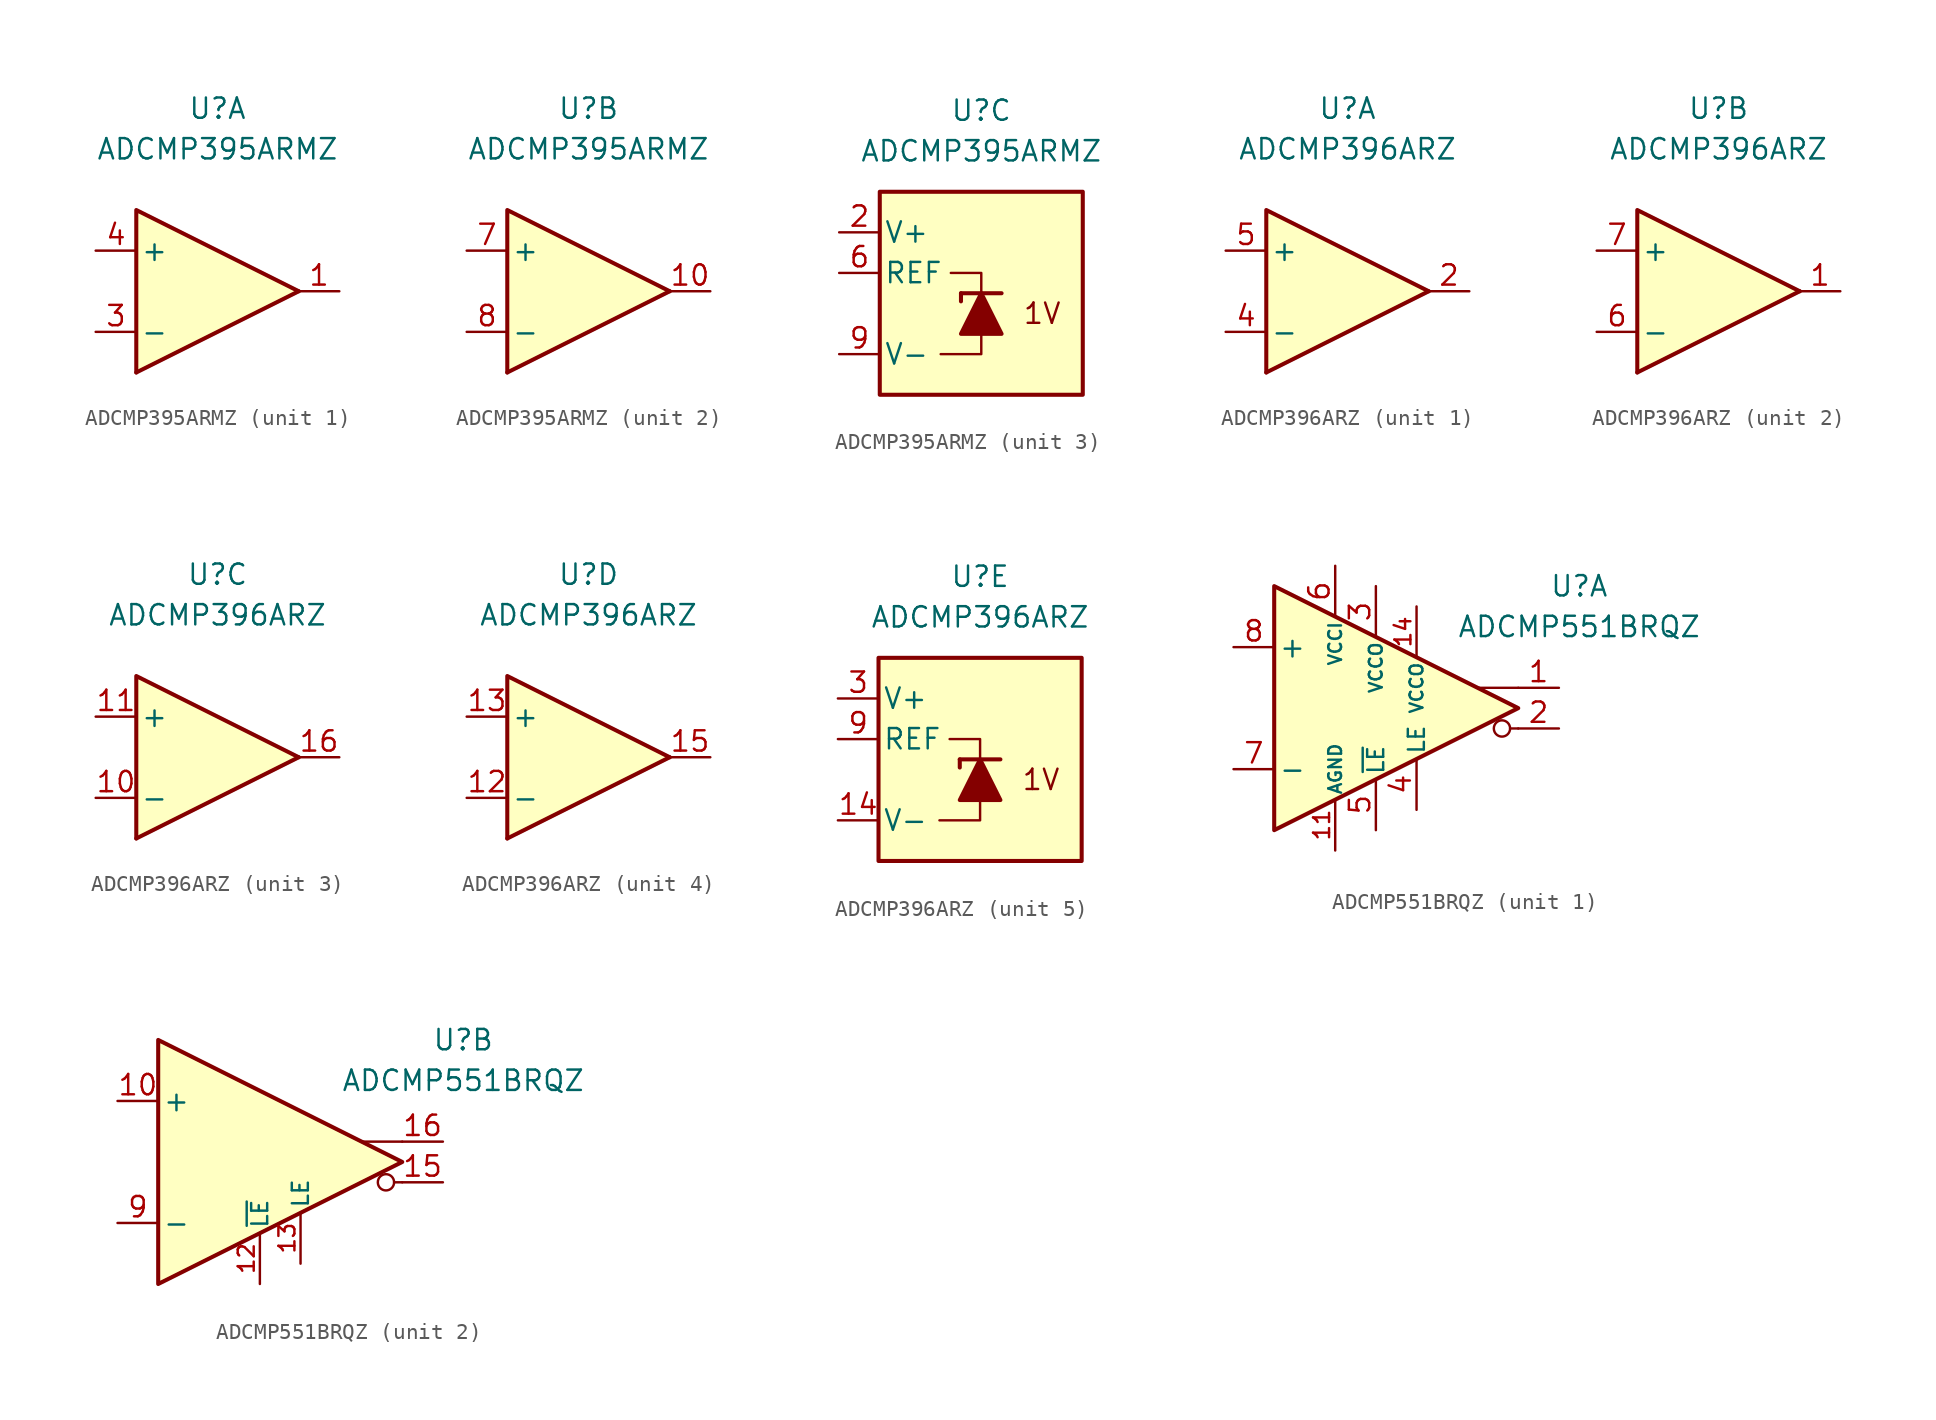
<source format=kicad_sym>
(kicad_symbol_lib
  (version 20211014)
  (generator kicad_symbol_editor)
  (symbol "ADCMP395ARMZ"
    (pin_names
      (offset 0.254))
    (property "Reference" "U"
      (at 0 11.43 0)
      (effects (font (size 1.27 1.27))))
    (property "Value" "ADCMP395ARMZ"
      (at 0 8.89 0)
      (effects (font (size 1.27 1.27))))
    (property "ki_locked" ""
      (at 0 0 0)
      (effects (font (size 1.27 1.27))))
    (symbol "ADCMP395ARMZ_1_0"
      (polyline (pts (xy 5.08 0) (xy -5.08 -5.08)) (stroke (width 0.254) (type default) (color 0 0 0 0)) (fill (type none)))
      (polyline (pts (xy 5.08 0) (xy -5.08 5.08) (xy -5.08 -5.08)) (stroke (width 0.254) (type default) (color 0 0 0 0)) (fill (type background))))
    (symbol "ADCMP395ARMZ_1_1"
      (pin output line (at 7.62 0 180) (length 2.54) (name "~" (effects (font (size 1.27 1.27)))) (number "1" (effects (font (size 1.27 1.27)))))
      (pin input line (at -7.62 -2.54 0) (length 2.54) (name "-" (effects (font (size 1.27 1.27)))) (number "3" (effects (font (size 1.27 1.27)))))
      (pin input line (at -7.62 2.54 0) (length 2.54) (name "+" (effects (font (size 1.27 1.27)))) (number "4" (effects (font (size 1.27 1.27)))))
      (pin no_connect line (at -2.54 0 0) (length 2.54) hide (name "NC" (effects (font (size 1.27 1.27)))) (number "5" (effects (font (size 1.27 1.27))))))
    (symbol "ADCMP395ARMZ_2_0"
      (polyline (pts (xy 5.08 0) (xy -5.08 -5.08)) (stroke (width 0.254) (type default) (color 0 0 0 0)) (fill (type none)))
      (polyline (pts (xy 5.08 0) (xy -5.08 5.08) (xy -5.08 -5.08)) (stroke (width 0.254) (type default) (color 0 0 0 0)) (fill (type background))))
    (symbol "ADCMP395ARMZ_2_1"
      (pin output line (at 7.62 0 180) (length 2.54) (name "~" (effects (font (size 1.27 1.27)))) (number "10" (effects (font (size 1.27 1.27)))))
      (pin input line (at -7.62 2.54 0) (length 2.54) (name "+" (effects (font (size 1.27 1.27)))) (number "7" (effects (font (size 1.27 1.27)))))
      (pin input line (at -7.62 -2.54 0) (length 2.54) (name "-" (effects (font (size 1.27 1.27)))) (number "8" (effects (font (size 1.27 1.27))))))
    (symbol "ADCMP395ARMZ_3_0"
      (rectangle (start -6.35 6.35) (end 6.35 -6.35) (stroke (width 0.254) (type default) (color 0 0 0 0)) (fill (type background)))
      (polyline (pts (xy 0 -2.54) (xy 0 -3.81) (xy -2.54 -3.81)) (stroke (width 0.152) (type default) (color 0 0 0 0)) (fill (type none)))
      (polyline (pts (xy 0 0) (xy 0 1.27) (xy -1.905 1.27)) (stroke (width 0.152) (type default) (color 0 0 0 0)) (fill (type none)))
      (text "1V" (at 3.81 -1.27 0) (effects (font (size 1.27 1.27)))))
    (symbol "ADCMP395ARMZ_3_1"
      (polyline (pts (xy -1.27 0) (xy -1.27 -0.508)) (stroke (width 0.254) (type default) (color 0 0 0 0)) (fill (type none)))
      (polyline (pts (xy -1.27 0) (xy 1.27 0)) (stroke (width 0.254) (type default) (color 0 0 0 0)) (fill (type none)))
      (polyline (pts (xy 1.27 -2.54) (xy -1.27 -2.54) (xy 0 0) (xy 1.27 -2.54)) (stroke (width 0.254) (type default) (color 0 0 0 0)) (fill (type outline)))
      (pin power_in line (at -8.89 3.81 0) (length 2.54) (name "V+" (effects (font (size 1.27 1.27)))) (number "2" (effects (font (size 1.27 1.27)))))
      (pin output line (at -8.89 1.27 0) (length 2.54) (name "REF" (effects (font (size 1.27 1.27)))) (number "6" (effects (font (size 1.27 1.27)))))
      (pin power_in line (at -8.89 -3.81 0) (length 2.54) (name "V-" (effects (font (size 1.27 1.27)))) (number "9" (effects (font (size 1.27 1.27)))))))
  (symbol "ADCMP396ARZ"
    (pin_names
      (offset 0.254))
    (property "Reference" "U"
      (at 0 11.43 0)
      (effects (font (size 1.27 1.27))))
    (property "Value" "ADCMP396ARZ"
      (at 0 8.89 0)
      (effects (font (size 1.27 1.27))))
    (property "ki_locked" ""
      (at 0 0 0)
      (effects (font (size 1.27 1.27))))
    (symbol "ADCMP396ARZ_1_0"
      (polyline (pts (xy 5.08 0) (xy -5.08 -5.08)) (stroke (width 0.254) (type default) (color 0 0 0 0)) (fill (type none)))
      (polyline (pts (xy 5.08 0) (xy -5.08 5.08) (xy -5.08 -5.08)) (stroke (width 0.254) (type default) (color 0 0 0 0)) (fill (type background))))
    (symbol "ADCMP396ARZ_1_1"
      (pin output line (at 7.62 0 180) (length 2.54) (name "~" (effects (font (size 1.27 1.27)))) (number "2" (effects (font (size 1.27 1.27)))))
      (pin input line (at -7.62 -2.54 0) (length 2.54) (name "-" (effects (font (size 1.27 1.27)))) (number "4" (effects (font (size 1.27 1.27)))))
      (pin input line (at -7.62 2.54 0) (length 2.54) (name "+" (effects (font (size 1.27 1.27)))) (number "5" (effects (font (size 1.27 1.27)))))
      (pin no_connect line (at -3.81 0 0) (length 2.54) hide (name "NC" (effects (font (size 1.27 1.27)))) (number "8" (effects (font (size 1.27 1.27))))))
    (symbol "ADCMP396ARZ_2_0"
      (polyline (pts (xy 5.08 0) (xy -5.08 -5.08)) (stroke (width 0.254) (type default) (color 0 0 0 0)) (fill (type none)))
      (polyline (pts (xy 5.08 0) (xy -5.08 5.08) (xy -5.08 -5.08)) (stroke (width 0.254) (type default) (color 0 0 0 0)) (fill (type background))))
    (symbol "ADCMP396ARZ_2_1"
      (pin output line (at 7.62 0 180) (length 2.54) (name "~" (effects (font (size 1.27 1.27)))) (number "1" (effects (font (size 1.27 1.27)))))
      (pin input line (at -7.62 -2.54 0) (length 2.54) (name "-" (effects (font (size 1.27 1.27)))) (number "6" (effects (font (size 1.27 1.27)))))
      (pin input line (at -7.62 2.54 0) (length 2.54) (name "+" (effects (font (size 1.27 1.27)))) (number "7" (effects (font (size 1.27 1.27))))))
    (symbol "ADCMP396ARZ_3_0"
      (polyline (pts (xy 5.08 0) (xy -5.08 -5.08)) (stroke (width 0.254) (type default) (color 0 0 0 0)) (fill (type none)))
      (polyline (pts (xy 5.08 0) (xy -5.08 5.08) (xy -5.08 -5.08)) (stroke (width 0.254) (type default) (color 0 0 0 0)) (fill (type background))))
    (symbol "ADCMP396ARZ_3_1"
      (pin input line (at -7.62 -2.54 0) (length 2.54) (name "-" (effects (font (size 1.27 1.27)))) (number "10" (effects (font (size 1.27 1.27)))))
      (pin input line (at -7.62 2.54 0) (length 2.54) (name "+" (effects (font (size 1.27 1.27)))) (number "11" (effects (font (size 1.27 1.27)))))
      (pin output line (at 7.62 0 180) (length 2.54) (name "~" (effects (font (size 1.27 1.27)))) (number "16" (effects (font (size 1.27 1.27))))))
    (symbol "ADCMP396ARZ_4_0"
      (polyline (pts (xy 5.08 0) (xy -5.08 -5.08)) (stroke (width 0.254) (type default) (color 0 0 0 0)) (fill (type none)))
      (polyline (pts (xy 5.08 0) (xy -5.08 5.08) (xy -5.08 -5.08)) (stroke (width 0.254) (type default) (color 0 0 0 0)) (fill (type background))))
    (symbol "ADCMP396ARZ_4_1"
      (pin input line (at -7.62 -2.54 0) (length 2.54) (name "-" (effects (font (size 1.27 1.27)))) (number "12" (effects (font (size 1.27 1.27)))))
      (pin input line (at -7.62 2.54 0) (length 2.54) (name "+" (effects (font (size 1.27 1.27)))) (number "13" (effects (font (size 1.27 1.27)))))
      (pin output line (at 7.62 0 180) (length 2.54) (name "~" (effects (font (size 1.27 1.27)))) (number "15" (effects (font (size 1.27 1.27))))))
    (symbol "ADCMP396ARZ_5_0"
      (rectangle (start -6.35 6.35) (end 6.35 -6.35) (stroke (width 0.254) (type default) (color 0 0 0 0)) (fill (type background)))
      (polyline (pts (xy 0 -2.54) (xy 0 -3.81) (xy -2.54 -3.81)) (stroke (width 0.152) (type default) (color 0 0 0 0)) (fill (type none)))
      (polyline (pts (xy 0 0) (xy 0 1.27) (xy -1.905 1.27)) (stroke (width 0.152) (type default) (color 0 0 0 0)) (fill (type none)))
      (text "1V" (at 3.81 -1.27 0) (effects (font (size 1.27 1.27)))))
    (symbol "ADCMP396ARZ_5_1"
      (polyline (pts (xy -1.27 0) (xy -1.27 -0.508)) (stroke (width 0.254) (type default) (color 0 0 0 0)) (fill (type none)))
      (polyline (pts (xy -1.27 0) (xy 1.27 0)) (stroke (width 0.254) (type default) (color 0 0 0 0)) (fill (type none)))
      (polyline (pts (xy 1.27 -2.54) (xy -1.27 -2.54) (xy 0 0) (xy 1.27 -2.54)) (stroke (width 0.254) (type default) (color 0 0 0 0)) (fill (type outline)))
      (pin power_in line (at -8.89 -3.81 0) (length 2.54) (name "V-" (effects (font (size 1.27 1.27)))) (number "14" (effects (font (size 1.27 1.27)))))
      (pin power_in line (at -8.89 3.81 0) (length 2.54) (name "V+" (effects (font (size 1.27 1.27)))) (number "3" (effects (font (size 1.27 1.27)))))
      (pin output line (at -8.89 1.27 0) (length 2.54) (name "REF" (effects (font (size 1.27 1.27)))) (number "9" (effects (font (size 1.27 1.27)))))))
  (symbol "ADCMP551BRQZ"
    (pin_names
      (offset 0.254))
    (property "Reference" "U"
      (at 12.7 7.62 0)
      (effects (font (size 1.27 1.27))))
    (property "Value" "ADCMP551BRQZ"
      (at 12.7 5.08 0)
      (effects (font (size 1.27 1.27))))
    (property "ki_locked" ""
      (at 0 0 0)
      (effects (font (size 1.27 1.27))))
    (symbol "ADCMP551BRQZ_1_0"
      (polyline (pts (xy 8.89 -1.27) (xy 8.382 -1.27)) (stroke (width 0.152) (type default) (color 0 0 0 0)) (fill (type none)))
      (polyline (pts (xy 8.89 1.27) (xy 6.35 1.27)) (stroke (width 0.152) (type default) (color 0 0 0 0)) (fill (type none)))
      (polyline (pts (xy 8.89 0) (xy -6.35 7.62) (xy -6.35 -7.62) (xy 8.89 0)) (stroke (width 0.254) (type default) (color 0 0 0 0)) (fill (type background)))
      (circle (center 7.874 -1.27) (radius 0.508) (stroke (width 0.152) (type default) (color 0 0 0 0)) (fill (type none))))
    (symbol "ADCMP551BRQZ_1_1"
      (pin output line (at 11.43 1.27 180) (length 2.54) (name "~" (effects (font (size 1.27 1.27)))) (number "1" (effects (font (size 1.27 1.27)))))
      (pin power_in line (at -2.54 -8.89 90) (length 3.18) (name "AGND" (effects (font (size 0.8 0.8)))) (number "11" (effects (font (size 1 1)))))
      (pin power_in line (at 2.54 6.35 270) (length 3.18) (name "VCCO" (effects (font (size 0.8 0.8)))) (number "14" (effects (font (size 1 1)))))
      (pin output line (at 11.43 -1.27 180) (length 2.54) (name "~" (effects (font (size 1.27 1.27)))) (number "2" (effects (font (size 1.27 1.27)))))
      (pin power_in line (at 0 7.62 270) (length 3.18) (name "VCCO" (effects (font (size 0.8 0.8)))) (number "3" (effects (font (size 1.27 1.27)))))
      (pin input line (at 2.54 -6.35 90) (length 3.18) (name "LE" (effects (font (size 1 1)))) (number "4" (effects (font (size 1.27 1.27)))))
      (pin input line (at 0 -7.62 90) (length 3.18) (name "~{LE}" (effects (font (size 1 1)))) (number "5" (effects (font (size 1.27 1.27)))))
      (pin power_in line (at -2.54 8.89 270) (length 3.18) (name "VCCI" (effects (font (size 0.8 0.8)))) (number "6" (effects (font (size 1.27 1.27)))))
      (pin input line (at -8.89 -3.81 0) (length 2.54) (name "-" (effects (font (size 1.27 1.27)))) (number "7" (effects (font (size 1.27 1.27)))))
      (pin input line (at -8.89 3.81 0) (length 2.54) (name "+" (effects (font (size 1.27 1.27)))) (number "8" (effects (font (size 1.27 1.27))))))
    (symbol "ADCMP551BRQZ_2_0"
      (polyline (pts (xy 8.89 -1.27) (xy 8.382 -1.27)) (stroke (width 0.152) (type default) (color 0 0 0 0)) (fill (type none)))
      (polyline (pts (xy 8.89 1.27) (xy 6.35 1.27)) (stroke (width 0.152) (type default) (color 0 0 0 0)) (fill (type none)))
      (polyline (pts (xy 8.89 0) (xy -6.35 7.62) (xy -6.35 -7.62) (xy 8.89 0)) (stroke (width 0.254) (type default) (color 0 0 0 0)) (fill (type background)))
      (circle (center 7.874 -1.27) (radius 0.508) (stroke (width 0.152) (type default) (color 0 0 0 0)) (fill (type none))))
    (symbol "ADCMP551BRQZ_2_1"
      (pin input line (at -8.89 3.81 0) (length 2.54) (name "+" (effects (font (size 1.27 1.27)))) (number "10" (effects (font (size 1.27 1.27)))))
      (pin input line (at 0 -7.62 90) (length 3.18) (name "~{LE}" (effects (font (size 1 1)))) (number "12" (effects (font (size 1 1)))))
      (pin input line (at 2.54 -6.35 90) (length 3.18) (name "LE" (effects (font (size 1 1)))) (number "13" (effects (font (size 1 1)))))
      (pin output line (at 11.43 -1.27 180) (length 2.54) (name "~" (effects (font (size 1.27 1.27)))) (number "15" (effects (font (size 1.27 1.27)))))
      (pin output line (at 11.43 1.27 180) (length 2.54) (name "~" (effects (font (size 1.27 1.27)))) (number "16" (effects (font (size 1.27 1.27)))))
      (pin input line (at -8.89 -3.81 0) (length 2.54) (name "-" (effects (font (size 1.27 1.27)))) (number "9" (effects (font (size 1.27 1.27))))))))
</source>
